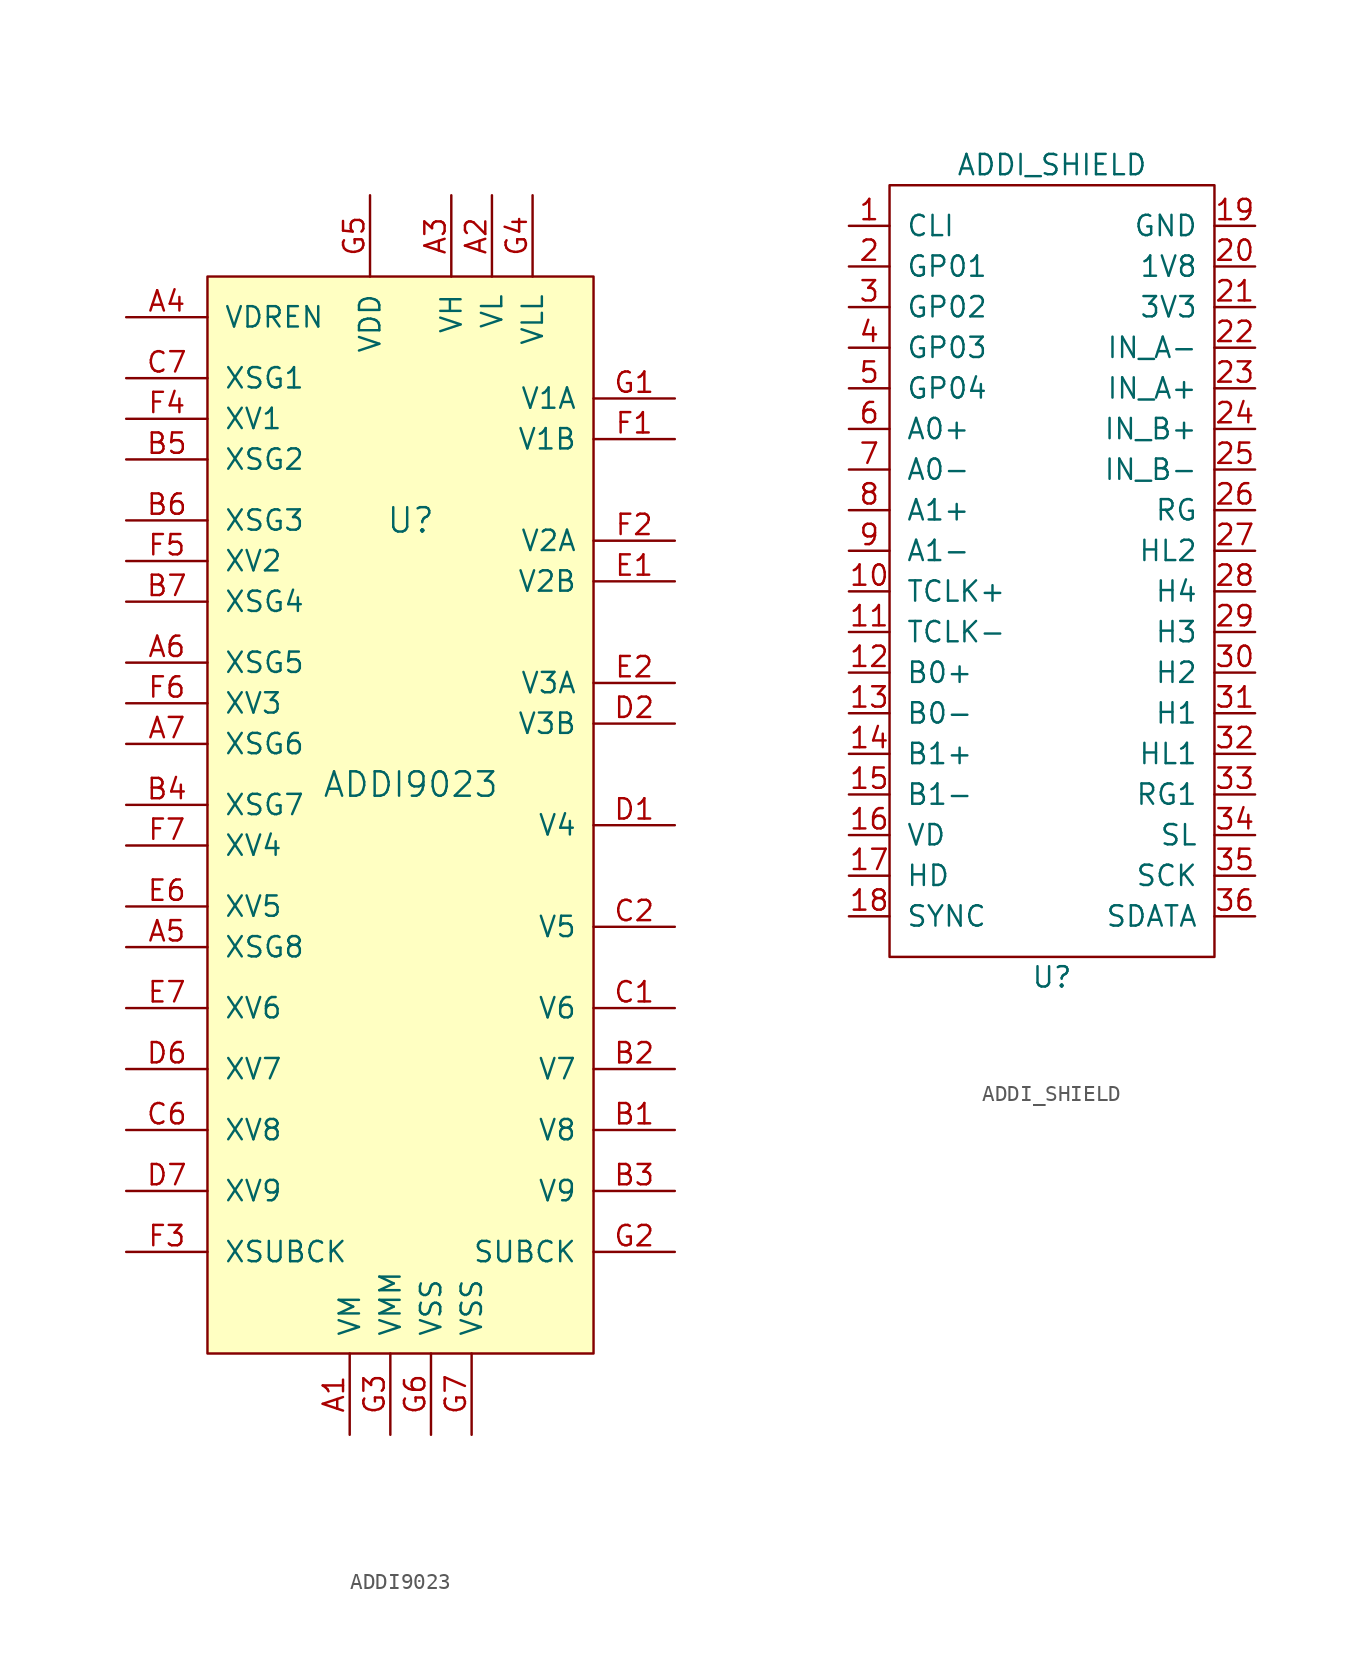
<source format=kicad_sym>
(kicad_symbol_lib
  (version 20231120)
  (generator "kicad_symbol_editor")
  (generator_version "8.0")
  (symbol "ADDI9023"
    (pin_names
      (offset 1.016))
    (property "Reference" "U"
      (at 0 16.51 0)
      (effects (font (size 1.524 1.524))))
    (property "Value" "ADDI9023"
      (at 0 0 0)
      (effects (font (size 1.524 1.524))))
    (property "Footprint" ""
      (at 0 0 0)
      (effects (font (size 1.524 1.524))))
    (property "Datasheet" ""
      (at 0 0 0)
      (effects (font (size 1.524 1.524))))
    (symbol "ADDI9023_0_1"
      (rectangle (start -12.7 31.75) (end 11.43 -35.56) (stroke (width 0) (type default)) (fill (type background))))
    (symbol "ADDI9023_1_1"
      (pin power_in line (at -3.81 -40.64 90) (length 5.08) (name "VM" (effects (font (size 1.27 1.27)))) (number "A1" (effects (font (size 1.27 1.27)))))
      (pin power_in line (at 5.08 36.83 270) (length 5.08) (name "VL" (effects (font (size 1.27 1.27)))) (number "A2" (effects (font (size 1.27 1.27)))))
      (pin power_in line (at 2.54 36.83 270) (length 5.08) (name "VH" (effects (font (size 1.27 1.27)))) (number "A3" (effects (font (size 1.27 1.27)))))
      (pin input line (at -17.78 29.21 0) (length 5.08) (name "VDREN" (effects (font (size 1.27 1.27)))) (number "A4" (effects (font (size 1.27 1.27)))))
      (pin input line (at -17.78 -10.16 0) (length 5.08) (name "XSG8" (effects (font (size 1.27 1.27)))) (number "A5" (effects (font (size 1.27 1.27)))))
      (pin input line (at -17.78 7.62 0) (length 5.08) (name "XSG5" (effects (font (size 1.27 1.27)))) (number "A6" (effects (font (size 1.27 1.27)))))
      (pin input line (at -17.78 2.54 0) (length 5.08) (name "XSG6" (effects (font (size 1.27 1.27)))) (number "A7" (effects (font (size 1.27 1.27)))))
      (pin output line (at 16.51 -21.59 180) (length 5.08) (name "V8" (effects (font (size 1.27 1.27)))) (number "B1" (effects (font (size 1.27 1.27)))))
      (pin output line (at 16.51 -17.78 180) (length 5.08) (name "V7" (effects (font (size 1.27 1.27)))) (number "B2" (effects (font (size 1.27 1.27)))))
      (pin input line (at 16.51 -25.4 180) (length 5.08) (name "V9" (effects (font (size 1.27 1.27)))) (number "B3" (effects (font (size 1.27 1.27)))))
      (pin input line (at -17.78 -1.27 0) (length 5.08) (name "XSG7" (effects (font (size 1.27 1.27)))) (number "B4" (effects (font (size 1.27 1.27)))))
      (pin input line (at -17.78 20.32 0) (length 5.08) (name "XSG2" (effects (font (size 1.27 1.27)))) (number "B5" (effects (font (size 1.27 1.27)))))
      (pin input line (at -17.78 16.51 0) (length 5.08) (name "XSG3" (effects (font (size 1.27 1.27)))) (number "B6" (effects (font (size 1.27 1.27)))))
      (pin input line (at -17.78 11.43 0) (length 5.08) (name "XSG4" (effects (font (size 1.27 1.27)))) (number "B7" (effects (font (size 1.27 1.27)))))
      (pin output line (at 16.51 -13.97 180) (length 5.08) (name "V6" (effects (font (size 1.27 1.27)))) (number "C1" (effects (font (size 1.27 1.27)))))
      (pin output line (at 16.51 -8.89 180) (length 5.08) (name "V5" (effects (font (size 1.27 1.27)))) (number "C2" (effects (font (size 1.27 1.27)))))
      (pin input line (at -17.78 -21.59 0) (length 5.08) (name "XV8" (effects (font (size 1.27 1.27)))) (number "C6" (effects (font (size 1.27 1.27)))))
      (pin input line (at -17.78 25.4 0) (length 5.08) (name "XSG1" (effects (font (size 1.27 1.27)))) (number "C7" (effects (font (size 1.27 1.27)))))
      (pin output line (at 16.51 -2.54 180) (length 5.08) (name "V4" (effects (font (size 1.27 1.27)))) (number "D1" (effects (font (size 1.27 1.27)))))
      (pin output line (at 16.51 3.81 180) (length 5.08) (name "V3B" (effects (font (size 1.27 1.27)))) (number "D2" (effects (font (size 1.27 1.27)))))
      (pin input line (at -17.78 -17.78 0) (length 5.08) (name "XV7" (effects (font (size 1.27 1.27)))) (number "D6" (effects (font (size 1.27 1.27)))))
      (pin input line (at -17.78 -25.4 0) (length 5.08) (name "XV9" (effects (font (size 1.27 1.27)))) (number "D7" (effects (font (size 1.27 1.27)))))
      (pin output line (at 16.51 12.7 180) (length 5.08) (name "V2B" (effects (font (size 1.27 1.27)))) (number "E1" (effects (font (size 1.27 1.27)))))
      (pin output line (at 16.51 6.35 180) (length 5.08) (name "V3A" (effects (font (size 1.27 1.27)))) (number "E2" (effects (font (size 1.27 1.27)))))
      (pin input line (at -17.78 -7.62 0) (length 5.08) (name "XV5" (effects (font (size 1.27 1.27)))) (number "E6" (effects (font (size 1.27 1.27)))))
      (pin input line (at -17.78 -13.97 0) (length 5.08) (name "XV6" (effects (font (size 1.27 1.27)))) (number "E7" (effects (font (size 1.27 1.27)))))
      (pin output line (at 16.51 21.59 180) (length 5.08) (name "V1B" (effects (font (size 1.27 1.27)))) (number "F1" (effects (font (size 1.27 1.27)))))
      (pin output line (at 16.51 15.24 180) (length 5.08) (name "V2A" (effects (font (size 1.27 1.27)))) (number "F2" (effects (font (size 1.27 1.27)))))
      (pin input line (at -17.78 -29.21 0) (length 5.08) (name "XSUBCK" (effects (font (size 1.27 1.27)))) (number "F3" (effects (font (size 1.27 1.27)))))
      (pin input line (at -17.78 22.86 0) (length 5.08) (name "XV1" (effects (font (size 1.27 1.27)))) (number "F4" (effects (font (size 1.27 1.27)))))
      (pin input line (at -17.78 13.97 0) (length 5.08) (name "XV2" (effects (font (size 1.27 1.27)))) (number "F5" (effects (font (size 1.27 1.27)))))
      (pin input line (at -17.78 5.08 0) (length 5.08) (name "XV3" (effects (font (size 1.27 1.27)))) (number "F6" (effects (font (size 1.27 1.27)))))
      (pin input line (at -17.78 -3.81 0) (length 5.08) (name "XV4" (effects (font (size 1.27 1.27)))) (number "F7" (effects (font (size 1.27 1.27)))))
      (pin output line (at 16.51 24.13 180) (length 5.08) (name "V1A" (effects (font (size 1.27 1.27)))) (number "G1" (effects (font (size 1.27 1.27)))))
      (pin output line (at 16.51 -29.21 180) (length 5.08) (name "SUBCK" (effects (font (size 1.27 1.27)))) (number "G2" (effects (font (size 1.27 1.27)))))
      (pin power_in line (at -1.27 -40.64 90) (length 5.08) (name "VMM" (effects (font (size 1.27 1.27)))) (number "G3" (effects (font (size 1.27 1.27)))))
      (pin power_in line (at 7.62 36.83 270) (length 5.08) (name "VLL" (effects (font (size 1.27 1.27)))) (number "G4" (effects (font (size 1.27 1.27)))))
      (pin power_in line (at -2.54 36.83 270) (length 5.08) (name "VDD" (effects (font (size 1.27 1.27)))) (number "G5" (effects (font (size 1.27 1.27)))))
      (pin power_in line (at 1.27 -40.64 90) (length 5.08) (name "VSS" (effects (font (size 1.27 1.27)))) (number "G6" (effects (font (size 1.27 1.27)))))
      (pin power_in line (at 3.81 -40.64 90) (length 5.08) (name "VSS" (effects (font (size 1.27 1.27)))) (number "G7" (effects (font (size 1.27 1.27)))))))
  (symbol "ADDI_SHIELD"
    (pin_names
      (offset 1.016))
    (property "Reference" "U"
      (at 0 -25.4 0)
      (effects (font (size 1.27 1.27))))
    (property "Value" "ADDI_SHIELD"
      (at 0 25.4 0)
      (effects (font (size 1.27 1.27))))
    (symbol "ADDI_SHIELD_0_1"
      (rectangle (start -10.16 24.13) (end 10.16 -24.13) (stroke (width 0) (type default)) (fill (type none))))
    (symbol "ADDI_SHIELD_1_1"
      (pin input line (at -12.7 21.59 0) (length 2.54) (name "CLI" (effects (font (size 1.27 1.27)))) (number "1" (effects (font (size 1.27 1.27)))))
      (pin input line (at -12.7 -1.27 0) (length 2.54) (name "TCLK+" (effects (font (size 1.27 1.27)))) (number "10" (effects (font (size 1.27 1.27)))))
      (pin input line (at -12.7 -3.81 0) (length 2.54) (name "TCLK-" (effects (font (size 1.27 1.27)))) (number "11" (effects (font (size 1.27 1.27)))))
      (pin input line (at -12.7 -6.35 0) (length 2.54) (name "B0+" (effects (font (size 1.27 1.27)))) (number "12" (effects (font (size 1.27 1.27)))))
      (pin input line (at -12.7 -8.89 0) (length 2.54) (name "B0-" (effects (font (size 1.27 1.27)))) (number "13" (effects (font (size 1.27 1.27)))))
      (pin input line (at -12.7 -11.43 0) (length 2.54) (name "B1+" (effects (font (size 1.27 1.27)))) (number "14" (effects (font (size 1.27 1.27)))))
      (pin input line (at -12.7 -13.97 0) (length 2.54) (name "B1-" (effects (font (size 1.27 1.27)))) (number "15" (effects (font (size 1.27 1.27)))))
      (pin input line (at -12.7 -16.51 0) (length 2.54) (name "VD" (effects (font (size 1.27 1.27)))) (number "16" (effects (font (size 1.27 1.27)))))
      (pin input line (at -12.7 -19.05 0) (length 2.54) (name "HD" (effects (font (size 1.27 1.27)))) (number "17" (effects (font (size 1.27 1.27)))))
      (pin input line (at -12.7 -21.59 0) (length 2.54) (name "SYNC" (effects (font (size 1.27 1.27)))) (number "18" (effects (font (size 1.27 1.27)))))
      (pin power_in line (at 12.7 21.59 180) (length 2.54) (name "GND" (effects (font (size 1.27 1.27)))) (number "19" (effects (font (size 1.27 1.27)))))
      (pin input line (at -12.7 19.05 0) (length 2.54) (name "GP01" (effects (font (size 1.27 1.27)))) (number "2" (effects (font (size 1.27 1.27)))))
      (pin power_in line (at 12.7 19.05 180) (length 2.54) (name "1V8" (effects (font (size 1.27 1.27)))) (number "20" (effects (font (size 1.27 1.27)))))
      (pin power_in line (at 12.7 16.51 180) (length 2.54) (name "3V3" (effects (font (size 1.27 1.27)))) (number "21" (effects (font (size 1.27 1.27)))))
      (pin input line (at 12.7 13.97 180) (length 2.54) (name "IN_A-" (effects (font (size 1.27 1.27)))) (number "22" (effects (font (size 1.27 1.27)))))
      (pin input line (at 12.7 11.43 180) (length 2.54) (name "IN_A+" (effects (font (size 1.27 1.27)))) (number "23" (effects (font (size 1.27 1.27)))))
      (pin input line (at 12.7 8.89 180) (length 2.54) (name "IN_B+" (effects (font (size 1.27 1.27)))) (number "24" (effects (font (size 1.27 1.27)))))
      (pin input line (at 12.7 6.35 180) (length 2.54) (name "IN_B-" (effects (font (size 1.27 1.27)))) (number "25" (effects (font (size 1.27 1.27)))))
      (pin input line (at 12.7 3.81 180) (length 2.54) (name "RG" (effects (font (size 1.27 1.27)))) (number "26" (effects (font (size 1.27 1.27)))))
      (pin input line (at 12.7 1.27 180) (length 2.54) (name "HL2" (effects (font (size 1.27 1.27)))) (number "27" (effects (font (size 1.27 1.27)))))
      (pin input line (at 12.7 -1.27 180) (length 2.54) (name "H4" (effects (font (size 1.27 1.27)))) (number "28" (effects (font (size 1.27 1.27)))))
      (pin input line (at 12.7 -3.81 180) (length 2.54) (name "H3" (effects (font (size 1.27 1.27)))) (number "29" (effects (font (size 1.27 1.27)))))
      (pin input line (at -12.7 16.51 0) (length 2.54) (name "GP02" (effects (font (size 1.27 1.27)))) (number "3" (effects (font (size 1.27 1.27)))))
      (pin input line (at 12.7 -6.35 180) (length 2.54) (name "H2" (effects (font (size 1.27 1.27)))) (number "30" (effects (font (size 1.27 1.27)))))
      (pin input line (at 12.7 -8.89 180) (length 2.54) (name "H1" (effects (font (size 1.27 1.27)))) (number "31" (effects (font (size 1.27 1.27)))))
      (pin input line (at 12.7 -11.43 180) (length 2.54) (name "HL1" (effects (font (size 1.27 1.27)))) (number "32" (effects (font (size 1.27 1.27)))))
      (pin input line (at 12.7 -13.97 180) (length 2.54) (name "RG1" (effects (font (size 1.27 1.27)))) (number "33" (effects (font (size 1.27 1.27)))))
      (pin input line (at 12.7 -16.51 180) (length 2.54) (name "SL" (effects (font (size 1.27 1.27)))) (number "34" (effects (font (size 1.27 1.27)))))
      (pin input line (at 12.7 -19.05 180) (length 2.54) (name "SCK" (effects (font (size 1.27 1.27)))) (number "35" (effects (font (size 1.27 1.27)))))
      (pin input line (at 12.7 -21.59 180) (length 2.54) (name "SDATA" (effects (font (size 1.27 1.27)))) (number "36" (effects (font (size 1.27 1.27)))))
      (pin input line (at -12.7 13.97 0) (length 2.54) (name "GP03" (effects (font (size 1.27 1.27)))) (number "4" (effects (font (size 1.27 1.27)))))
      (pin input line (at -12.7 11.43 0) (length 2.54) (name "GP04" (effects (font (size 1.27 1.27)))) (number "5" (effects (font (size 1.27 1.27)))))
      (pin input line (at -12.7 8.89 0) (length 2.54) (name "A0+" (effects (font (size 1.27 1.27)))) (number "6" (effects (font (size 1.27 1.27)))))
      (pin input line (at -12.7 6.35 0) (length 2.54) (name "A0-" (effects (font (size 1.27 1.27)))) (number "7" (effects (font (size 1.27 1.27)))))
      (pin input line (at -12.7 3.81 0) (length 2.54) (name "A1+" (effects (font (size 1.27 1.27)))) (number "8" (effects (font (size 1.27 1.27)))))
      (pin input line (at -12.7 1.27 0) (length 2.54) (name "A1-" (effects (font (size 1.27 1.27)))) (number "9" (effects (font (size 1.27 1.27))))))))
</source>
